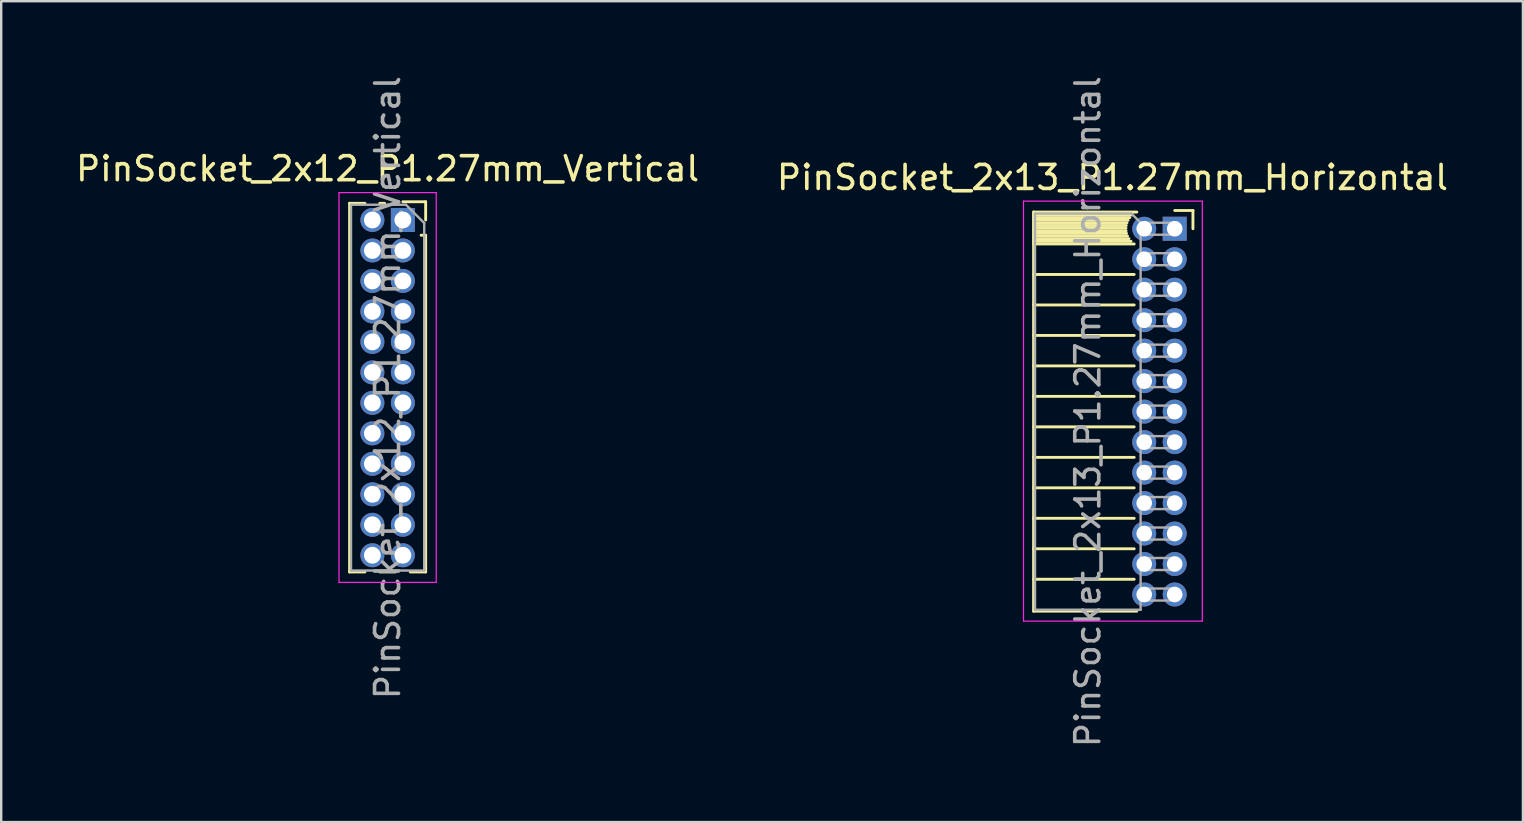
<source format=kicad_pcb>
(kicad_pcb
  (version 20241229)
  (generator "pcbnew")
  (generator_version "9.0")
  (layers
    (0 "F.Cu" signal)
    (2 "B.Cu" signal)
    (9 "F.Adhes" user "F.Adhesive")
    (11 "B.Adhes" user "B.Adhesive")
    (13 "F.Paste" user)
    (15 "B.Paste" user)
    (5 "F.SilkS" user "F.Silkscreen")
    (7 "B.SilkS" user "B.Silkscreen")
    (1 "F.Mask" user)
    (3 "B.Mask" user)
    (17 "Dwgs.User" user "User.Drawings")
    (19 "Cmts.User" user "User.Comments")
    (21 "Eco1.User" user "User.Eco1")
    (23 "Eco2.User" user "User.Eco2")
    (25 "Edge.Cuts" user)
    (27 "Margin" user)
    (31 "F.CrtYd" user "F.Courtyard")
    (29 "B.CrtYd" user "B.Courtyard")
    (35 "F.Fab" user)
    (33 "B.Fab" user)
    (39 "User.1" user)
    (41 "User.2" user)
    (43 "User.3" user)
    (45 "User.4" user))
  (footprint "PinSocket_2x12_P1.27mm_Vertical"
    (layer "F.Cu")
    (at 13.736 6.116)
    (property "Reference" "PinSocket_2x12_P1.27mm_Vertical" (at -0.635 -2.135 0) (layer "F.SilkS") (effects (font (size 1 1) (thickness 0.15))))
    (attr through_hole)
    (fp_line (start -2.22 -0.695) (end -2.22 14.665) (stroke (width 0.12) (type solid)) (layer "F.SilkS"))
    (fp_line (start -2.22 -0.695) (end -1.578 -0.695) (stroke (width 0.12) (type solid)) (layer "F.SilkS"))
    (fp_line (start -2.22 14.665) (end -1.578 14.665) (stroke (width 0.12) (type solid)) (layer "F.SilkS"))
    (fp_line (start -0.962 -0.695) (end -0.76 -0.695) (stroke (width 0.12) (type solid)) (layer "F.SilkS"))
    (fp_line (start -0.962 14.665) (end -0.308 14.665) (stroke (width 0.12) (type solid)) (layer "F.SilkS"))
    (fp_line (start 0 -0.76) (end 0.95 -0.76) (stroke (width 0.12) (type solid)) (layer "F.SilkS"))
    (fp_line (start 0.308 14.665) (end 0.95 14.665) (stroke (width 0.12) (type solid)) (layer "F.SilkS"))
    (fp_line (start 0.76 0.635) (end 0.95 0.635) (stroke (width 0.12) (type solid)) (layer "F.SilkS"))
    (fp_line (start 0.95 -0.76) (end 0.95 0) (stroke (width 0.12) (type solid)) (layer "F.SilkS"))
    (fp_line (start 0.95 0.635) (end 0.95 14.665) (stroke (width 0.12) (type solid)) (layer "F.SilkS"))
    (fp_line (start -2.66 -1.14) (end 1.39 -1.14) (stroke (width 0.05) (type solid)) (layer "F.CrtYd"))
    (fp_line (start -2.66 15.1) (end -2.66 -1.14) (stroke (width 0.05) (type solid)) (layer "F.CrtYd"))
    (fp_line (start 1.39 -1.14) (end 1.39 15.1) (stroke (width 0.05) (type solid)) (layer "F.CrtYd"))
    (fp_line (start 1.39 15.1) (end -2.66 15.1) (stroke (width 0.05) (type solid)) (layer "F.CrtYd"))
    (fp_line (start -2.16 -0.635) (end 0.128 -0.635) (stroke (width 0.1) (type solid)) (layer "F.Fab"))
    (fp_line (start -2.16 14.605) (end -2.16 -0.635) (stroke (width 0.1) (type solid)) (layer "F.Fab"))
    (fp_line (start 0.128 -0.635) (end 0.89 0.127) (stroke (width 0.1) (type solid)) (layer "F.Fab"))
    (fp_line (start 0.89 0.127) (end 0.89 14.605) (stroke (width 0.1) (type solid)) (layer "F.Fab"))
    (fp_line (start 0.89 14.605) (end -2.16 14.605) (stroke (width 0.1) (type solid)) (layer "F.Fab"))
    (fp_text user "${REFERENCE}" (at -0.635 6.985 90) (layer "F.Fab") (effects (font (size 1 1) (thickness 0.15))))
    (pad "1" thru_hole rect (at 0 0) (size 1 1) (drill 0.7) (layers "*.Cu" "*.Mask"))
    (pad "2" thru_hole circle (at -1.27 0) (size 1 1) (drill 0.7) (layers "*.Cu" "*.Mask"))
    (pad "3" thru_hole circle (at 0 1.27) (size 1 1) (drill 0.7) (layers "*.Cu" "*.Mask"))
    (pad "4" thru_hole circle (at -1.27 1.27) (size 1 1) (drill 0.7) (layers "*.Cu" "*.Mask"))
    (pad "5" thru_hole circle (at 0 2.54) (size 1 1) (drill 0.7) (layers "*.Cu" "*.Mask"))
    (pad "6" thru_hole circle (at -1.27 2.54) (size 1 1) (drill 0.7) (layers "*.Cu" "*.Mask"))
    (pad "7" thru_hole circle (at 0 3.81) (size 1 1) (drill 0.7) (layers "*.Cu" "*.Mask"))
    (pad "8" thru_hole circle (at -1.27 3.81) (size 1 1) (drill 0.7) (layers "*.Cu" "*.Mask"))
    (pad "9" thru_hole circle (at 0 5.08) (size 1 1) (drill 0.7) (layers "*.Cu" "*.Mask"))
    (pad "10" thru_hole circle (at -1.27 5.08) (size 1 1) (drill 0.7) (layers "*.Cu" "*.Mask"))
    (pad "11" thru_hole circle (at 0 6.35) (size 1 1) (drill 0.7) (layers "*.Cu" "*.Mask"))
    (pad "12" thru_hole circle (at -1.27 6.35) (size 1 1) (drill 0.7) (layers "*.Cu" "*.Mask"))
    (pad "13" thru_hole circle (at 0 7.62) (size 1 1) (drill 0.7) (layers "*.Cu" "*.Mask"))
    (pad "14" thru_hole circle (at -1.27 7.62) (size 1 1) (drill 0.7) (layers "*.Cu" "*.Mask"))
    (pad "15" thru_hole circle (at 0 8.89) (size 1 1) (drill 0.7) (layers "*.Cu" "*.Mask"))
    (pad "16" thru_hole circle (at -1.27 8.89) (size 1 1) (drill 0.7) (layers "*.Cu" "*.Mask"))
    (pad "17" thru_hole circle (at 0 10.16) (size 1 1) (drill 0.7) (layers "*.Cu" "*.Mask"))
    (pad "18" thru_hole circle (at -1.27 10.16) (size 1 1) (drill 0.7) (layers "*.Cu" "*.Mask"))
    (pad "19" thru_hole circle (at 0 11.43) (size 1 1) (drill 0.7) (layers "*.Cu" "*.Mask"))
    (pad "20" thru_hole circle (at -1.27 11.43) (size 1 1) (drill 0.7) (layers "*.Cu" "*.Mask"))
    (pad "21" thru_hole circle (at 0 12.7) (size 1 1) (drill 0.7) (layers "*.Cu" "*.Mask"))
    (pad "22" thru_hole circle (at -1.27 12.7) (size 1 1) (drill 0.7) (layers "*.Cu" "*.Mask"))
    (pad "23" thru_hole circle (at 0 13.97) (size 1 1) (drill 0.7) (layers "*.Cu" "*.Mask"))
    (pad "24" thru_hole circle (at -1.27 13.97) (size 1 1) (drill 0.7) (layers "*.Cu" "*.Mask")))
  (footprint "PinSocket_2x13_P1.27mm_Horizontal"
    (layer "F.Cu")
    (at 45.896 6.481)
    (property "Reference" "PinSocket_2x13_P1.27mm_Horizontal" (at -2.592 -2.135 0) (layer "F.SilkS") (effects (font (size 1 1) (thickness 0.15))))
    (attr through_hole)
    (fp_line (start -5.88 -0.695) (end -5.88 15.935) (stroke (width 0.12) (type solid)) (layer "F.SilkS"))
    (fp_line (start -5.88 -0.695) (end -1.578 -0.695) (stroke (width 0.12) (type solid)) (layer "F.SilkS"))
    (fp_line (start -5.88 -0.575) (end -1.767 -0.575) (stroke (width 0.12) (type solid)) (layer "F.SilkS"))
    (fp_line (start -5.88 -0.465) (end -1.871 -0.465) (stroke (width 0.12) (type solid)) (layer "F.SilkS"))
    (fp_line (start -5.88 -0.355) (end -1.942 -0.355) (stroke (width 0.12) (type solid)) (layer "F.SilkS"))
    (fp_line (start -5.88 -0.245) (end -1.989 -0.245) (stroke (width 0.12) (type solid)) (layer "F.SilkS"))
    (fp_line (start -5.88 -0.135) (end -2.018 -0.135) (stroke (width 0.12) (type solid)) (layer "F.SilkS"))
    (fp_line (start -5.88 -0.025) (end -2.03 -0.025) (stroke (width 0.12) (type solid)) (layer "F.SilkS"))
    (fp_line (start -5.88 0.085) (end -2.025 0.085) (stroke (width 0.12) (type solid)) (layer "F.SilkS"))
    (fp_line (start -5.88 0.195) (end -2.005 0.195) (stroke (width 0.12) (type solid)) (layer "F.SilkS"))
    (fp_line (start -5.88 0.305) (end -1.966 0.305) (stroke (width 0.12) (type solid)) (layer "F.SilkS"))
    (fp_line (start -5.88 0.415) (end -1.907 0.415) (stroke (width 0.12) (type solid)) (layer "F.SilkS"))
    (fp_line (start -5.88 0.525) (end -1.82 0.525) (stroke (width 0.12) (type solid)) (layer "F.SilkS"))
    (fp_line (start -5.88 0.635) (end -1.688 0.635) (stroke (width 0.12) (type solid)) (layer "F.SilkS"))
    (fp_line (start -5.88 1.905) (end -1.688 1.905) (stroke (width 0.12) (type solid)) (layer "F.SilkS"))
    (fp_line (start -5.88 3.175) (end -1.688 3.175) (stroke (width 0.12) (type solid)) (layer "F.SilkS"))
    (fp_line (start -5.88 4.445) (end -1.688 4.445) (stroke (width 0.12) (type solid)) (layer "F.SilkS"))
    (fp_line (start -5.88 5.715) (end -1.688 5.715) (stroke (width 0.12) (type solid)) (layer "F.SilkS"))
    (fp_line (start -5.88 6.985) (end -1.688 6.985) (stroke (width 0.12) (type solid)) (layer "F.SilkS"))
    (fp_line (start -5.88 8.255) (end -1.688 8.255) (stroke (width 0.12) (type solid)) (layer "F.SilkS"))
    (fp_line (start -5.88 9.525) (end -1.688 9.525) (stroke (width 0.12) (type solid)) (layer "F.SilkS"))
    (fp_line (start -5.88 10.795) (end -1.688 10.795) (stroke (width 0.12) (type solid)) (layer "F.SilkS"))
    (fp_line (start -5.88 12.065) (end -1.688 12.065) (stroke (width 0.12) (type solid)) (layer "F.SilkS"))
    (fp_line (start -5.88 13.335) (end -1.688 13.335) (stroke (width 0.12) (type solid)) (layer "F.SilkS"))
    (fp_line (start -5.88 14.605) (end -1.688 14.605) (stroke (width 0.12) (type solid)) (layer "F.SilkS"))
    (fp_line (start -5.88 15.935) (end -1.578 15.935) (stroke (width 0.12) (type solid)) (layer "F.SilkS"))
    (fp_line (start 0 -0.76) (end 0.76 -0.76) (stroke (width 0.12) (type solid)) (layer "F.SilkS"))
    (fp_line (start 0.76 -0.76) (end 0.76 0) (stroke (width 0.12) (type solid)) (layer "F.SilkS"))
    (fp_line (start -6.3 -1.15) (end -6.3 16.35) (stroke (width 0.05) (type solid)) (layer "F.CrtYd"))
    (fp_line (start -6.3 16.35) (end 1.15 16.35) (stroke (width 0.05) (type solid)) (layer "F.CrtYd"))
    (fp_line (start 1.15 -1.15) (end -6.3 -1.15) (stroke (width 0.05) (type solid)) (layer "F.CrtYd"))
    (fp_line (start 1.15 16.35) (end 1.15 -1.15) (stroke (width 0.05) (type solid)) (layer "F.CrtYd"))
    (fp_line (start -5.82 -0.635) (end -1.805 -0.635) (stroke (width 0.1) (type solid)) (layer "F.Fab"))
    (fp_line (start -5.82 15.875) (end -5.82 -0.635) (stroke (width 0.1) (type solid)) (layer "F.Fab"))
    (fp_line (start -1.805 -0.635) (end -1.42 -0.25) (stroke (width 0.1) (type solid)) (layer "F.Fab"))
    (fp_line (start -1.42 -0.25) (end -1.42 15.875) (stroke (width 0.1) (type solid)) (layer "F.Fab"))
    (fp_line (start -1.42 0.25) (end 0 0.25) (stroke (width 0.1) (type solid)) (layer "F.Fab"))
    (fp_line (start -1.42 1.52) (end 0 1.52) (stroke (width 0.1) (type solid)) (layer "F.Fab"))
    (fp_line (start -1.42 2.79) (end 0 2.79) (stroke (width 0.1) (type solid)) (layer "F.Fab"))
    (fp_line (start -1.42 4.06) (end 0 4.06) (stroke (width 0.1) (type solid)) (layer "F.Fab"))
    (fp_line (start -1.42 5.33) (end 0 5.33) (stroke (width 0.1) (type solid)) (layer "F.Fab"))
    (fp_line (start -1.42 6.6) (end 0 6.6) (stroke (width 0.1) (type solid)) (layer "F.Fab"))
    (fp_line (start -1.42 7.87) (end 0 7.87) (stroke (width 0.1) (type solid)) (layer "F.Fab"))
    (fp_line (start -1.42 9.14) (end 0 9.14) (stroke (width 0.1) (type solid)) (layer "F.Fab"))
    (fp_line (start -1.42 10.41) (end 0 10.41) (stroke (width 0.1) (type solid)) (layer "F.Fab"))
    (fp_line (start -1.42 11.68) (end 0 11.68) (stroke (width 0.1) (type solid)) (layer "F.Fab"))
    (fp_line (start -1.42 12.95) (end 0 12.95) (stroke (width 0.1) (type solid)) (layer "F.Fab"))
    (fp_line (start -1.42 14.22) (end 0 14.22) (stroke (width 0.1) (type solid)) (layer "F.Fab"))
    (fp_line (start -1.42 15.49) (end 0 15.49) (stroke (width 0.1) (type solid)) (layer "F.Fab"))
    (fp_line (start -1.42 15.875) (end -5.82 15.875) (stroke (width 0.1) (type solid)) (layer "F.Fab"))
    (fp_line (start 0 -0.25) (end -1.42 -0.25) (stroke (width 0.1) (type solid)) (layer "F.Fab"))
    (fp_line (start 0 0.25) (end 0 -0.25) (stroke (width 0.1) (type solid)) (layer "F.Fab"))
    (fp_line (start 0 1.02) (end -1.42 1.02) (stroke (width 0.1) (type solid)) (layer "F.Fab"))
    (fp_line (start 0 1.52) (end 0 1.02) (stroke (width 0.1) (type solid)) (layer "F.Fab"))
    (fp_line (start 0 2.29) (end -1.42 2.29) (stroke (width 0.1) (type solid)) (layer "F.Fab"))
    (fp_line (start 0 2.79) (end 0 2.29) (stroke (width 0.1) (type solid)) (layer "F.Fab"))
    (fp_line (start 0 3.56) (end -1.42 3.56) (stroke (width 0.1) (type solid)) (layer "F.Fab"))
    (fp_line (start 0 4.06) (end 0 3.56) (stroke (width 0.1) (type solid)) (layer "F.Fab"))
    (fp_line (start 0 4.83) (end -1.42 4.83) (stroke (width 0.1) (type solid)) (layer "F.Fab"))
    (fp_line (start 0 5.33) (end 0 4.83) (stroke (width 0.1) (type solid)) (layer "F.Fab"))
    (fp_line (start 0 6.1) (end -1.42 6.1) (stroke (width 0.1) (type solid)) (layer "F.Fab"))
    (fp_line (start 0 6.6) (end 0 6.1) (stroke (width 0.1) (type solid)) (layer "F.Fab"))
    (fp_line (start 0 7.37) (end -1.42 7.37) (stroke (width 0.1) (type solid)) (layer "F.Fab"))
    (fp_line (start 0 7.87) (end 0 7.37) (stroke (width 0.1) (type solid)) (layer "F.Fab"))
    (fp_line (start 0 8.64) (end -1.42 8.64) (stroke (width 0.1) (type solid)) (layer "F.Fab"))
    (fp_line (start 0 9.14) (end 0 8.64) (stroke (width 0.1) (type solid)) (layer "F.Fab"))
    (fp_line (start 0 9.91) (end -1.42 9.91) (stroke (width 0.1) (type solid)) (layer "F.Fab"))
    (fp_line (start 0 10.41) (end 0 9.91) (stroke (width 0.1) (type solid)) (layer "F.Fab"))
    (fp_line (start 0 11.18) (end -1.42 11.18) (stroke (width 0.1) (type solid)) (layer "F.Fab"))
    (fp_line (start 0 11.68) (end 0 11.18) (stroke (width 0.1) (type solid)) (layer "F.Fab"))
    (fp_line (start 0 12.45) (end -1.42 12.45) (stroke (width 0.1) (type solid)) (layer "F.Fab"))
    (fp_line (start 0 12.95) (end 0 12.45) (stroke (width 0.1) (type solid)) (layer "F.Fab"))
    (fp_line (start 0 13.72) (end -1.42 13.72) (stroke (width 0.1) (type solid)) (layer "F.Fab"))
    (fp_line (start 0 14.22) (end 0 13.72) (stroke (width 0.1) (type solid)) (layer "F.Fab"))
    (fp_line (start 0 14.99) (end -1.42 14.99) (stroke (width 0.1) (type solid)) (layer "F.Fab"))
    (fp_line (start 0 15.49) (end 0 14.99) (stroke (width 0.1) (type solid)) (layer "F.Fab"))
    (fp_text user "${REFERENCE}" (at -3.62 7.62 90) (layer "F.Fab") (effects (font (size 1 1) (thickness 0.15))))
    (pad "1" thru_hole rect (at 0 0) (size 1 1) (drill 0.65) (layers "*.Cu" "*.Mask"))
    (pad "2" thru_hole circle (at -1.27 0) (size 1 1) (drill 0.65) (layers "*.Cu" "*.Mask"))
    (pad "3" thru_hole circle (at 0 1.27) (size 1 1) (drill 0.65) (layers "*.Cu" "*.Mask"))
    (pad "4" thru_hole circle (at -1.27 1.27) (size 1 1) (drill 0.65) (layers "*.Cu" "*.Mask"))
    (pad "5" thru_hole circle (at 0 2.54) (size 1 1) (drill 0.65) (layers "*.Cu" "*.Mask"))
    (pad "6" thru_hole circle (at -1.27 2.54) (size 1 1) (drill 0.65) (layers "*.Cu" "*.Mask"))
    (pad "7" thru_hole circle (at 0 3.81) (size 1 1) (drill 0.65) (layers "*.Cu" "*.Mask"))
    (pad "8" thru_hole circle (at -1.27 3.81) (size 1 1) (drill 0.65) (layers "*.Cu" "*.Mask"))
    (pad "9" thru_hole circle (at 0 5.08) (size 1 1) (drill 0.65) (layers "*.Cu" "*.Mask"))
    (pad "10" thru_hole circle (at -1.27 5.08) (size 1 1) (drill 0.65) (layers "*.Cu" "*.Mask"))
    (pad "11" thru_hole circle (at 0 6.35) (size 1 1) (drill 0.65) (layers "*.Cu" "*.Mask"))
    (pad "12" thru_hole circle (at -1.27 6.35) (size 1 1) (drill 0.65) (layers "*.Cu" "*.Mask"))
    (pad "13" thru_hole circle (at 0 7.62) (size 1 1) (drill 0.65) (layers "*.Cu" "*.Mask"))
    (pad "14" thru_hole circle (at -1.27 7.62) (size 1 1) (drill 0.65) (layers "*.Cu" "*.Mask"))
    (pad "15" thru_hole circle (at 0 8.89) (size 1 1) (drill 0.65) (layers "*.Cu" "*.Mask"))
    (pad "16" thru_hole circle (at -1.27 8.89) (size 1 1) (drill 0.65) (layers "*.Cu" "*.Mask"))
    (pad "17" thru_hole circle (at 0 10.16) (size 1 1) (drill 0.65) (layers "*.Cu" "*.Mask"))
    (pad "18" thru_hole circle (at -1.27 10.16) (size 1 1) (drill 0.65) (layers "*.Cu" "*.Mask"))
    (pad "19" thru_hole circle (at 0 11.43) (size 1 1) (drill 0.65) (layers "*.Cu" "*.Mask"))
    (pad "20" thru_hole circle (at -1.27 11.43) (size 1 1) (drill 0.65) (layers "*.Cu" "*.Mask"))
    (pad "21" thru_hole circle (at 0 12.7) (size 1 1) (drill 0.65) (layers "*.Cu" "*.Mask"))
    (pad "22" thru_hole circle (at -1.27 12.7) (size 1 1) (drill 0.65) (layers "*.Cu" "*.Mask"))
    (pad "23" thru_hole circle (at 0 13.97) (size 1 1) (drill 0.65) (layers "*.Cu" "*.Mask"))
    (pad "24" thru_hole circle (at -1.27 13.97) (size 1 1) (drill 0.65) (layers "*.Cu" "*.Mask"))
    (pad "25" thru_hole circle (at 0 15.24) (size 1 1) (drill 0.65) (layers "*.Cu" "*.Mask"))
    (pad "26" thru_hole circle (at -1.27 15.24) (size 1 1) (drill 0.65) (layers "*.Cu" "*.Mask")))
  (gr_rect
    (start -3 -3)
    (end 60.405 31.202)
    (stroke (width 0.1) (type default))
    (fill no)
    (layer "Edge.Cuts")))
</source>
